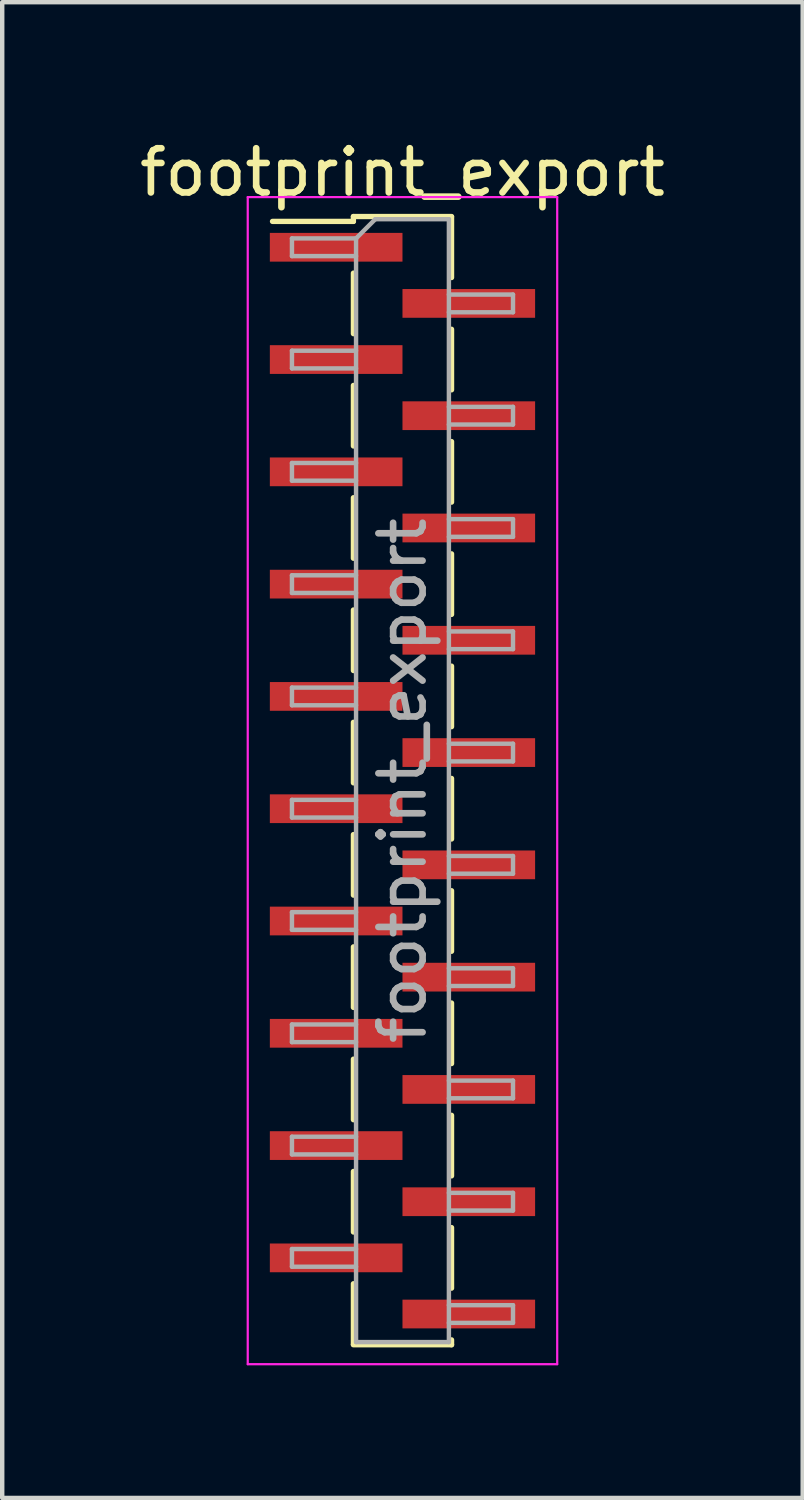
<source format=kicad_pcb>
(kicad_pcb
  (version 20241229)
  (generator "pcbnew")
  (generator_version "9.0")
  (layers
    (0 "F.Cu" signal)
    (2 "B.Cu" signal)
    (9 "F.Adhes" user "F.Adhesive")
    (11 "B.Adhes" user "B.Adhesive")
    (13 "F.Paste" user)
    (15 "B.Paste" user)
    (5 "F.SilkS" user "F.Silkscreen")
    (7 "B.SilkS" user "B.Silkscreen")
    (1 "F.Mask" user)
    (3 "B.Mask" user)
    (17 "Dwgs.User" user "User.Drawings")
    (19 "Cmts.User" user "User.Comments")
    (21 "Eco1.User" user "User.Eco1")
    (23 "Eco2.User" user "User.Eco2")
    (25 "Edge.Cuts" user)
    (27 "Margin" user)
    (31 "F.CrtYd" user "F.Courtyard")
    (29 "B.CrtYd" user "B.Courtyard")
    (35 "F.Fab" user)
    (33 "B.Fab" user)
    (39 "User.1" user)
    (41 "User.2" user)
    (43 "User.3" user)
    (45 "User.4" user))
  (footprint "footprint_export"
    (layer "F.Cu")
    (at 6.054 14.608)
    (property "Reference" "footprint_export" (at 0 -13.76 0) (layer "F.SilkS") (effects (font (size 1 1) (thickness 0.15))))
    (attr smd)
    (fp_line (start -1.11 -12.76) (end -1.11 -12.65) (stroke (width 0.12) (type solid)) (layer "F.SilkS"))
    (fp_line (start -1.11 -12.76) (end 1.11 -12.76) (stroke (width 0.12) (type solid)) (layer "F.SilkS"))
    (fp_line (start -1.11 -12.65) (end -2.94 -12.65) (stroke (width 0.12) (type solid)) (layer "F.SilkS"))
    (fp_line (start -1.11 -11.48) (end -1.11 -10.11) (stroke (width 0.12) (type solid)) (layer "F.SilkS"))
    (fp_line (start -1.11 -8.94) (end -1.11 -7.57) (stroke (width 0.12) (type solid)) (layer "F.SilkS"))
    (fp_line (start -1.11 -6.4) (end -1.11 -5.03) (stroke (width 0.12) (type solid)) (layer "F.SilkS"))
    (fp_line (start -1.11 -3.86) (end -1.11 -2.49) (stroke (width 0.12) (type solid)) (layer "F.SilkS"))
    (fp_line (start -1.11 -1.32) (end -1.11 0.05) (stroke (width 0.12) (type solid)) (layer "F.SilkS"))
    (fp_line (start -1.11 1.22) (end -1.11 2.59) (stroke (width 0.12) (type solid)) (layer "F.SilkS"))
    (fp_line (start -1.11 3.76) (end -1.11 5.13) (stroke (width 0.12) (type solid)) (layer "F.SilkS"))
    (fp_line (start -1.11 6.3) (end -1.11 7.67) (stroke (width 0.12) (type solid)) (layer "F.SilkS"))
    (fp_line (start -1.11 8.84) (end -1.11 10.21) (stroke (width 0.12) (type solid)) (layer "F.SilkS"))
    (fp_line (start -1.11 11.38) (end -1.11 12.75) (stroke (width 0.12) (type solid)) (layer "F.SilkS"))
    (fp_line (start -1.11 12.76) (end 1.11 12.76) (stroke (width 0.12) (type solid)) (layer "F.SilkS"))
    (fp_line (start 1.11 -12.75) (end 1.11 -11.38) (stroke (width 0.12) (type solid)) (layer "F.SilkS"))
    (fp_line (start 1.11 -10.21) (end 1.11 -8.84) (stroke (width 0.12) (type solid)) (layer "F.SilkS"))
    (fp_line (start 1.11 -7.67) (end 1.11 -6.3) (stroke (width 0.12) (type solid)) (layer "F.SilkS"))
    (fp_line (start 1.11 -5.13) (end 1.11 -3.76) (stroke (width 0.12) (type solid)) (layer "F.SilkS"))
    (fp_line (start 1.11 -2.59) (end 1.11 -1.22) (stroke (width 0.12) (type solid)) (layer "F.SilkS"))
    (fp_line (start 1.11 -0.05) (end 1.11 1.32) (stroke (width 0.12) (type solid)) (layer "F.SilkS"))
    (fp_line (start 1.11 2.49) (end 1.11 3.86) (stroke (width 0.12) (type solid)) (layer "F.SilkS"))
    (fp_line (start 1.11 5.03) (end 1.11 6.4) (stroke (width 0.12) (type solid)) (layer "F.SilkS"))
    (fp_line (start 1.11 7.57) (end 1.11 8.94) (stroke (width 0.12) (type solid)) (layer "F.SilkS"))
    (fp_line (start 1.11 10.11) (end 1.11 11.48) (stroke (width 0.12) (type solid)) (layer "F.SilkS"))
    (fp_line (start 1.11 12.65) (end 1.11 12.76) (stroke (width 0.12) (type solid)) (layer "F.SilkS"))
    (fp_line (start -3.5 -13.2) (end -3.5 13.2) (stroke (width 0.05) (type solid)) (layer "F.CrtYd"))
    (fp_line (start -3.5 13.2) (end 3.5 13.2) (stroke (width 0.05) (type solid)) (layer "F.CrtYd"))
    (fp_line (start 3.5 -13.2) (end -3.5 -13.2) (stroke (width 0.05) (type solid)) (layer "F.CrtYd"))
    (fp_line (start 3.5 13.2) (end 3.5 -13.2) (stroke (width 0.05) (type solid)) (layer "F.CrtYd"))
    (fp_line (start -2.5 -12.265) (end -2.5 -11.865) (stroke (width 0.1) (type solid)) (layer "F.Fab"))
    (fp_line (start -2.5 -11.865) (end -1.05 -11.865) (stroke (width 0.1) (type solid)) (layer "F.Fab"))
    (fp_line (start -2.5 -9.725) (end -2.5 -9.325) (stroke (width 0.1) (type solid)) (layer "F.Fab"))
    (fp_line (start -2.5 -9.325) (end -1.05 -9.325) (stroke (width 0.1) (type solid)) (layer "F.Fab"))
    (fp_line (start -2.5 -7.185) (end -2.5 -6.785) (stroke (width 0.1) (type solid)) (layer "F.Fab"))
    (fp_line (start -2.5 -6.785) (end -1.05 -6.785) (stroke (width 0.1) (type solid)) (layer "F.Fab"))
    (fp_line (start -2.5 -4.645) (end -2.5 -4.245) (stroke (width 0.1) (type solid)) (layer "F.Fab"))
    (fp_line (start -2.5 -4.245) (end -1.05 -4.245) (stroke (width 0.1) (type solid)) (layer "F.Fab"))
    (fp_line (start -2.5 -2.105) (end -2.5 -1.705) (stroke (width 0.1) (type solid)) (layer "F.Fab"))
    (fp_line (start -2.5 -1.705) (end -1.05 -1.705) (stroke (width 0.1) (type solid)) (layer "F.Fab"))
    (fp_line (start -2.5 0.435) (end -2.5 0.835) (stroke (width 0.1) (type solid)) (layer "F.Fab"))
    (fp_line (start -2.5 0.835) (end -1.05 0.835) (stroke (width 0.1) (type solid)) (layer "F.Fab"))
    (fp_line (start -2.5 2.975) (end -2.5 3.375) (stroke (width 0.1) (type solid)) (layer "F.Fab"))
    (fp_line (start -2.5 3.375) (end -1.05 3.375) (stroke (width 0.1) (type solid)) (layer "F.Fab"))
    (fp_line (start -2.5 5.515) (end -2.5 5.915) (stroke (width 0.1) (type solid)) (layer "F.Fab"))
    (fp_line (start -2.5 5.915) (end -1.05 5.915) (stroke (width 0.1) (type solid)) (layer "F.Fab"))
    (fp_line (start -2.5 8.055) (end -2.5 8.455) (stroke (width 0.1) (type solid)) (layer "F.Fab"))
    (fp_line (start -2.5 8.455) (end -1.05 8.455) (stroke (width 0.1) (type solid)) (layer "F.Fab"))
    (fp_line (start -2.5 10.595) (end -2.5 10.995) (stroke (width 0.1) (type solid)) (layer "F.Fab"))
    (fp_line (start -2.5 10.995) (end -1.05 10.995) (stroke (width 0.1) (type solid)) (layer "F.Fab"))
    (fp_line (start -1.05 -12.265) (end -2.5 -12.265) (stroke (width 0.1) (type solid)) (layer "F.Fab"))
    (fp_line (start -1.05 -12.265) (end -0.615 -12.7) (stroke (width 0.1) (type solid)) (layer "F.Fab"))
    (fp_line (start -1.05 -9.725) (end -2.5 -9.725) (stroke (width 0.1) (type solid)) (layer "F.Fab"))
    (fp_line (start -1.05 -7.185) (end -2.5 -7.185) (stroke (width 0.1) (type solid)) (layer "F.Fab"))
    (fp_line (start -1.05 -4.645) (end -2.5 -4.645) (stroke (width 0.1) (type solid)) (layer "F.Fab"))
    (fp_line (start -1.05 -2.105) (end -2.5 -2.105) (stroke (width 0.1) (type solid)) (layer "F.Fab"))
    (fp_line (start -1.05 0.435) (end -2.5 0.435) (stroke (width 0.1) (type solid)) (layer "F.Fab"))
    (fp_line (start -1.05 2.975) (end -2.5 2.975) (stroke (width 0.1) (type solid)) (layer "F.Fab"))
    (fp_line (start -1.05 5.515) (end -2.5 5.515) (stroke (width 0.1) (type solid)) (layer "F.Fab"))
    (fp_line (start -1.05 8.055) (end -2.5 8.055) (stroke (width 0.1) (type solid)) (layer "F.Fab"))
    (fp_line (start -1.05 10.595) (end -2.5 10.595) (stroke (width 0.1) (type solid)) (layer "F.Fab"))
    (fp_line (start -1.05 12.7) (end -1.05 -12.265) (stroke (width 0.1) (type solid)) (layer "F.Fab"))
    (fp_line (start -0.615 -12.7) (end 1.05 -12.7) (stroke (width 0.1) (type solid)) (layer "F.Fab"))
    (fp_line (start 1.05 -12.7) (end 1.05 12.7) (stroke (width 0.1) (type solid)) (layer "F.Fab"))
    (fp_line (start 1.05 -10.995) (end 2.5 -10.995) (stroke (width 0.1) (type solid)) (layer "F.Fab"))
    (fp_line (start 1.05 -8.455) (end 2.5 -8.455) (stroke (width 0.1) (type solid)) (layer "F.Fab"))
    (fp_line (start 1.05 -5.915) (end 2.5 -5.915) (stroke (width 0.1) (type solid)) (layer "F.Fab"))
    (fp_line (start 1.05 -3.375) (end 2.5 -3.375) (stroke (width 0.1) (type solid)) (layer "F.Fab"))
    (fp_line (start 1.05 -0.835) (end 2.5 -0.835) (stroke (width 0.1) (type solid)) (layer "F.Fab"))
    (fp_line (start 1.05 1.705) (end 2.5 1.705) (stroke (width 0.1) (type solid)) (layer "F.Fab"))
    (fp_line (start 1.05 4.245) (end 2.5 4.245) (stroke (width 0.1) (type solid)) (layer "F.Fab"))
    (fp_line (start 1.05 6.785) (end 2.5 6.785) (stroke (width 0.1) (type solid)) (layer "F.Fab"))
    (fp_line (start 1.05 9.325) (end 2.5 9.325) (stroke (width 0.1) (type solid)) (layer "F.Fab"))
    (fp_line (start 1.05 11.865) (end 2.5 11.865) (stroke (width 0.1) (type solid)) (layer "F.Fab"))
    (fp_line (start 1.05 12.7) (end -1.05 12.7) (stroke (width 0.1) (type solid)) (layer "F.Fab"))
    (fp_line (start 2.5 -10.995) (end 2.5 -10.595) (stroke (width 0.1) (type solid)) (layer "F.Fab"))
    (fp_line (start 2.5 -10.595) (end 1.05 -10.595) (stroke (width 0.1) (type solid)) (layer "F.Fab"))
    (fp_line (start 2.5 -8.455) (end 2.5 -8.055) (stroke (width 0.1) (type solid)) (layer "F.Fab"))
    (fp_line (start 2.5 -8.055) (end 1.05 -8.055) (stroke (width 0.1) (type solid)) (layer "F.Fab"))
    (fp_line (start 2.5 -5.915) (end 2.5 -5.515) (stroke (width 0.1) (type solid)) (layer "F.Fab"))
    (fp_line (start 2.5 -5.515) (end 1.05 -5.515) (stroke (width 0.1) (type solid)) (layer "F.Fab"))
    (fp_line (start 2.5 -3.375) (end 2.5 -2.975) (stroke (width 0.1) (type solid)) (layer "F.Fab"))
    (fp_line (start 2.5 -2.975) (end 1.05 -2.975) (stroke (width 0.1) (type solid)) (layer "F.Fab"))
    (fp_line (start 2.5 -0.835) (end 2.5 -0.435) (stroke (width 0.1) (type solid)) (layer "F.Fab"))
    (fp_line (start 2.5 -0.435) (end 1.05 -0.435) (stroke (width 0.1) (type solid)) (layer "F.Fab"))
    (fp_line (start 2.5 1.705) (end 2.5 2.105) (stroke (width 0.1) (type solid)) (layer "F.Fab"))
    (fp_line (start 2.5 2.105) (end 1.05 2.105) (stroke (width 0.1) (type solid)) (layer "F.Fab"))
    (fp_line (start 2.5 4.245) (end 2.5 4.645) (stroke (width 0.1) (type solid)) (layer "F.Fab"))
    (fp_line (start 2.5 4.645) (end 1.05 4.645) (stroke (width 0.1) (type solid)) (layer "F.Fab"))
    (fp_line (start 2.5 6.785) (end 2.5 7.185) (stroke (width 0.1) (type solid)) (layer "F.Fab"))
    (fp_line (start 2.5 7.185) (end 1.05 7.185) (stroke (width 0.1) (type solid)) (layer "F.Fab"))
    (fp_line (start 2.5 9.325) (end 2.5 9.725) (stroke (width 0.1) (type solid)) (layer "F.Fab"))
    (fp_line (start 2.5 9.725) (end 1.05 9.725) (stroke (width 0.1) (type solid)) (layer "F.Fab"))
    (fp_line (start 2.5 11.865) (end 2.5 12.265) (stroke (width 0.1) (type solid)) (layer "F.Fab"))
    (fp_line (start 2.5 12.265) (end 1.05 12.265) (stroke (width 0.1) (type solid)) (layer "F.Fab"))
    (fp_text user "${REFERENCE}" (at 0 0 90) (layer "F.Fab") (effects (font (size 1 1) (thickness 0.15))))
    (pad "1" smd rect (at -1.5 -12.065) (size 3 0.65) (layers "F.Cu" "F.Mask" "F.Paste"))
    (pad "2" smd rect (at 1.5 -10.795) (size 3 0.65) (layers "F.Cu" "F.Mask" "F.Paste"))
    (pad "3" smd rect (at -1.5 -9.525) (size 3 0.65) (layers "F.Cu" "F.Mask" "F.Paste"))
    (pad "4" smd rect (at 1.5 -8.255) (size 3 0.65) (layers "F.Cu" "F.Mask" "F.Paste"))
    (pad "5" smd rect (at -1.5 -6.985) (size 3 0.65) (layers "F.Cu" "F.Mask" "F.Paste"))
    (pad "6" smd rect (at 1.5 -5.715) (size 3 0.65) (layers "F.Cu" "F.Mask" "F.Paste"))
    (pad "7" smd rect (at -1.5 -4.445) (size 3 0.65) (layers "F.Cu" "F.Mask" "F.Paste"))
    (pad "8" smd rect (at 1.5 -3.175) (size 3 0.65) (layers "F.Cu" "F.Mask" "F.Paste"))
    (pad "9" smd rect (at -1.5 -1.905) (size 3 0.65) (layers "F.Cu" "F.Mask" "F.Paste"))
    (pad "10" smd rect (at 1.5 -0.635) (size 3 0.65) (layers "F.Cu" "F.Mask" "F.Paste"))
    (pad "11" smd rect (at -1.5 0.635) (size 3 0.65) (layers "F.Cu" "F.Mask" "F.Paste"))
    (pad "12" smd rect (at 1.5 1.905) (size 3 0.65) (layers "F.Cu" "F.Mask" "F.Paste"))
    (pad "13" smd rect (at -1.5 3.175) (size 3 0.65) (layers "F.Cu" "F.Mask" "F.Paste"))
    (pad "14" smd rect (at 1.5 4.445) (size 3 0.65) (layers "F.Cu" "F.Mask" "F.Paste"))
    (pad "15" smd rect (at -1.5 5.715) (size 3 0.65) (layers "F.Cu" "F.Mask" "F.Paste"))
    (pad "16" smd rect (at 1.5 6.985) (size 3 0.65) (layers "F.Cu" "F.Mask" "F.Paste"))
    (pad "17" smd rect (at -1.5 8.255) (size 3 0.65) (layers "F.Cu" "F.Mask" "F.Paste"))
    (pad "18" smd rect (at 1.5 9.525) (size 3 0.65) (layers "F.Cu" "F.Mask" "F.Paste"))
    (pad "19" smd rect (at -1.5 10.795) (size 3 0.65) (layers "F.Cu" "F.Mask" "F.Paste"))
    (pad "20" smd rect (at 1.5 12.065) (size 3 0.65) (layers "F.Cu" "F.Mask" "F.Paste")))
  (gr_rect
    (start -3 -3)
    (end 15.107 30.833)
    (stroke (width 0.1) (type default))
    (fill no)
    (layer "Edge.Cuts")))
</source>
